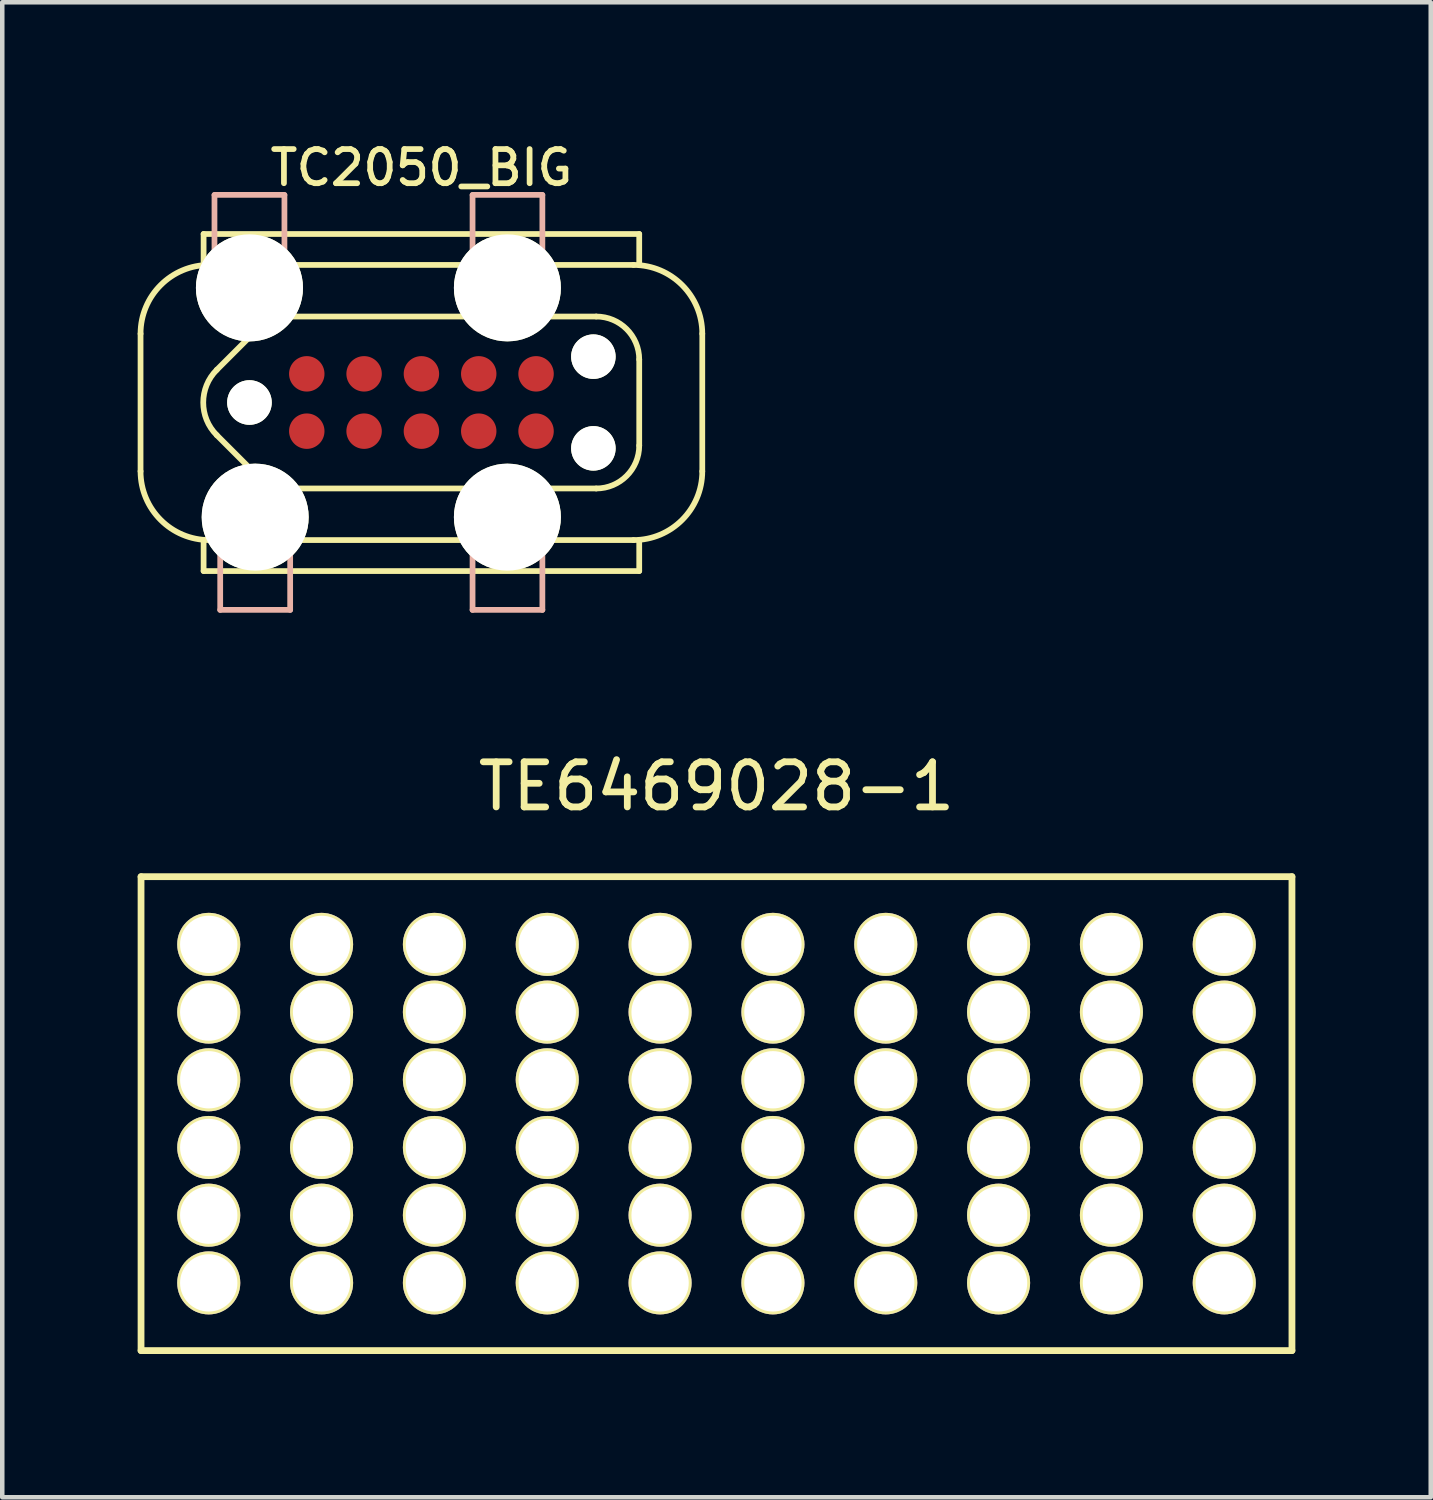
<source format=kicad_pcb>
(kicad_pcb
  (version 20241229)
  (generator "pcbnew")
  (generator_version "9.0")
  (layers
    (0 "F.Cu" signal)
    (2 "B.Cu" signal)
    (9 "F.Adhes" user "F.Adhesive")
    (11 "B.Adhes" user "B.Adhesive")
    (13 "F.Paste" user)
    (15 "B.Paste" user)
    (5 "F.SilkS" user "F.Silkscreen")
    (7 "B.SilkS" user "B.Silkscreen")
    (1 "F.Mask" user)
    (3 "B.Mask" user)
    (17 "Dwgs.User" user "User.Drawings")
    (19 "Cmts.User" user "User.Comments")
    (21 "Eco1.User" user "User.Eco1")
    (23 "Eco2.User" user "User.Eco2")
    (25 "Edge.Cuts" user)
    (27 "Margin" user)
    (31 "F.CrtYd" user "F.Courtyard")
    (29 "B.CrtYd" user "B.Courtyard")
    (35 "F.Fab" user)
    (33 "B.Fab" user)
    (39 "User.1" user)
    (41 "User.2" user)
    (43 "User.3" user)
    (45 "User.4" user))
  (footprint "TC2050_BIG"
    (layer "F.Cu")
    (at 6.287 5.868)
    (property "Reference" "TC2050_BIG" (at 0 -5.202 0) (layer "F.SilkS") (effects (font (size 0.757 0.757) (thickness 0.127))))
    (attr exclude_from_pos_files exclude_from_bom)
    (fp_line (start -6.223 1.524) (end -6.223 -1.524) (stroke (width 0.127) (type solid)) (layer "F.SilkS"))
    (fp_line (start -4.826 -3.734) (end -4.826 -3.048) (stroke (width 0.127) (type solid)) (layer "F.SilkS"))
    (fp_line (start -4.826 3.734) (end -4.826 3.048) (stroke (width 0.127) (type solid)) (layer "F.SilkS"))
    (fp_line (start -4.534 -0.724) (end -3.353 -1.905) (stroke (width 0.127) (type solid)) (layer "F.SilkS"))
    (fp_line (start -4.534 0.724) (end -3.353 1.905) (stroke (width 0.127) (type solid)) (layer "F.SilkS"))
    (fp_line (start 3.873 -1.905) (end -3.353 -1.905) (stroke (width 0.127) (type solid)) (layer "F.SilkS"))
    (fp_line (start 3.873 1.905) (end -3.353 1.905) (stroke (width 0.127) (type solid)) (layer "F.SilkS"))
    (fp_line (start 4.699 -3.048) (end -4.699 -3.048) (stroke (width 0.127) (type solid)) (layer "F.SilkS"))
    (fp_line (start 4.699 3.048) (end -4.699 3.048) (stroke (width 0.127) (type solid)) (layer "F.SilkS"))
    (fp_line (start 4.826 -3.734) (end -4.826 -3.734) (stroke (width 0.127) (type solid)) (layer "F.SilkS"))
    (fp_line (start 4.826 -3.734) (end 4.826 -3.048) (stroke (width 0.127) (type solid)) (layer "F.SilkS"))
    (fp_line (start 4.826 -0.953) (end 4.826 0.953) (stroke (width 0.127) (type solid)) (layer "F.SilkS"))
    (fp_line (start 4.826 3.734) (end -4.826 3.734) (stroke (width 0.127) (type solid)) (layer "F.SilkS"))
    (fp_line (start 4.826 3.734) (end 4.826 3.048) (stroke (width 0.127) (type solid)) (layer "F.SilkS"))
    (fp_line (start 6.223 -1.524) (end 6.223 1.524) (stroke (width 0.127) (type solid)) (layer "F.SilkS"))
    (fp_arc (start -6.223 -1.524) (mid -5.776631 -2.601631) (end -4.699 -3.048) (stroke (width 0.127) (type solid)) (layer "F.SilkS"))
    (fp_arc (start -4.699 3.048) (mid -5.776631 2.601631) (end -6.223 1.524) (stroke (width 0.127) (type solid)) (layer "F.SilkS"))
    (fp_arc (start -4.5339 0.7239) (mid -4.833749 0) (end -4.5339 -0.7239) (stroke (width 0.127) (type solid)) (layer "F.SilkS"))
    (fp_arc (start 3.8735 -1.905) (mid 4.547019 -1.626019) (end 4.826 -0.9525) (stroke (width 0.127) (type solid)) (layer "F.SilkS"))
    (fp_arc (start 4.699 -3.048) (mid 5.776631 -2.601631) (end 6.223 -1.524) (stroke (width 0.127) (type solid)) (layer "F.SilkS"))
    (fp_arc (start 4.826 0.9525) (mid 4.547019 1.626019) (end 3.8735 1.905) (stroke (width 0.127) (type solid)) (layer "F.SilkS"))
    (fp_arc (start 6.223 1.524) (mid 5.776631 2.601631) (end 4.699 3.048) (stroke (width 0.127) (type solid)) (layer "F.SilkS"))
    (fp_line (start -4.585 -4.6) (end -3.035 -4.6) (stroke (width 0.127) (type solid)) (layer "B.SilkS"))
    (fp_line (start -4.585 -4.595) (end -4.585 -3.378) (stroke (width 0.127) (type solid)) (layer "B.SilkS"))
    (fp_line (start -4.458 4.595) (end -4.458 3.378) (stroke (width 0.127) (type solid)) (layer "B.SilkS"))
    (fp_line (start -3.035 -4.595) (end -3.035 -3.378) (stroke (width 0.127) (type solid)) (layer "B.SilkS"))
    (fp_line (start -2.908 4.595) (end -4.458 4.595) (stroke (width 0.127) (type solid)) (layer "B.SilkS"))
    (fp_line (start -2.908 4.595) (end -2.908 3.378) (stroke (width 0.127) (type solid)) (layer "B.SilkS"))
    (fp_line (start 1.133 -4.6) (end 2.68 -4.6) (stroke (width 0.127) (type solid)) (layer "B.SilkS"))
    (fp_line (start 1.133 -4.595) (end 1.133 -3.378) (stroke (width 0.127) (type solid)) (layer "B.SilkS"))
    (fp_line (start 1.133 4.595) (end 1.133 3.378) (stroke (width 0.127) (type solid)) (layer "B.SilkS"))
    (fp_line (start 2.68 -4.595) (end 2.68 -3.378) (stroke (width 0.127) (type solid)) (layer "B.SilkS"))
    (fp_line (start 2.68 4.595) (end 1.133 4.595) (stroke (width 0.127) (type solid)) (layer "B.SilkS"))
    (fp_line (start 2.68 4.595) (end 2.68 3.378) (stroke (width 0.127) (type solid)) (layer "B.SilkS"))
    (pad "" np_thru_hole circle (at -3.81 -2.54) (size 2.372 2.372) (drill 2.372) (layers "*.Cu" "*.Mask" "F.SilkS"))
    (pad "" np_thru_hole circle (at -3.81 0) (size 0.988 0.988) (drill 0.988) (layers "*.Cu" "*.Mask" "F.SilkS"))
    (pad "" np_thru_hole circle (at -3.683 2.54) (size 2.37 2.37) (drill 2.37) (layers "*.Cu" "*.Mask" "F.SilkS"))
    (pad "" np_thru_hole circle (at 1.905 -2.54) (size 2.37 2.37) (drill 2.37) (layers "*.Cu" "*.Mask" "F.SilkS"))
    (pad "" np_thru_hole circle (at 1.905 2.54) (size 2.37 2.37) (drill 2.37) (layers "*.Cu" "*.Mask" "F.SilkS"))
    (pad "" np_thru_hole circle (at 3.81 -1.016) (size 0.986 0.986) (drill 0.986) (layers "*.Cu" "*.Mask" "F.SilkS"))
    (pad "" np_thru_hole circle (at 3.81 1.016) (size 0.986 0.986) (drill 0.986) (layers "*.Cu" "*.Mask" "F.SilkS"))
    (pad "1" connect circle (at -2.54 0.635) (size 0.785 0.785) (layers "F.Cu" "F.Mask"))
    (pad "2" connect circle (at -1.27 0.635) (size 0.785 0.785) (layers "F.Cu" "F.Mask"))
    (pad "3" connect circle (at 0 0.635) (size 0.785 0.785) (layers "F.Cu" "F.Mask"))
    (pad "4" connect circle (at 1.27 0.635) (size 0.785 0.785) (layers "F.Cu" "F.Mask"))
    (pad "5" connect circle (at 2.54 0.635) (size 0.785 0.785) (layers "F.Cu" "F.Mask"))
    (pad "6" connect circle (at 2.54 -0.635) (size 0.785 0.785) (layers "F.Cu" "F.Mask"))
    (pad "7" connect circle (at 1.27 -0.635) (size 0.785 0.785) (layers "F.Cu" "F.Mask"))
    (pad "8" connect circle (at 0 -0.635) (size 0.785 0.785) (layers "F.Cu" "F.Mask"))
    (pad "9" connect circle (at -1.27 -0.635) (size 0.785 0.785) (layers "F.Cu" "F.Mask"))
    (pad "10" connect circle (at -2.54 -0.635) (size 0.785 0.785) (layers "F.Cu" "F.Mask")))
  (footprint "TE6469028-1"
    (layer "F.Cu")
    (at 12.825 26.874)
    (property "Reference" "TE6469028-1" (at 0 -12.5 0) (layer "F.SilkS") (effects (font (size 1 1) (thickness 0.15))))
    (attr through_hole)
    (fp_line (start -12.75 -10.5) (end -12.75 0) (stroke (width 0.15) (type solid)) (layer "F.SilkS"))
    (fp_line (start -12.75 0) (end 12.75 0) (stroke (width 0.15) (type solid)) (layer "F.SilkS"))
    (fp_line (start 12.75 -10.5) (end -12.75 -10.5) (stroke (width 0.15) (type solid)) (layer "F.SilkS"))
    (fp_line (start 12.75 0) (end 12.75 -10.5) (stroke (width 0.15) (type solid)) (layer "F.SilkS"))
    (pad "A1" thru_hole circle (at 11.25 -1.5) (size 1.397 1.397) (drill 1.27) (layers "*.Cu" "*.Mask" "F.SilkS"))
    (pad "A2" thru_hole circle (at 8.75 -1.5) (size 1.397 1.397) (drill 1.27) (layers "*.Cu" "*.Mask" "F.SilkS"))
    (pad "A3" thru_hole circle (at 6.25 -1.5) (size 1.397 1.397) (drill 1.27) (layers "*.Cu" "*.Mask" "F.SilkS"))
    (pad "A4" thru_hole circle (at 3.75 -1.5) (size 1.397 1.397) (drill 1.27) (layers "*.Cu" "*.Mask" "F.SilkS"))
    (pad "A5" thru_hole circle (at 1.25 -1.5) (size 1.397 1.397) (drill 1.27) (layers "*.Cu" "*.Mask" "F.SilkS"))
    (pad "A6" thru_hole circle (at -1.25 -1.5) (size 1.397 1.397) (drill 1.27) (layers "*.Cu" "*.Mask" "F.SilkS"))
    (pad "A7" thru_hole circle (at -3.75 -1.5) (size 1.397 1.397) (drill 1.27) (layers "*.Cu" "*.Mask" "F.SilkS"))
    (pad "A8" thru_hole circle (at -6.25 -1.5) (size 1.397 1.397) (drill 1.27) (layers "*.Cu" "*.Mask" "F.SilkS"))
    (pad "A9" thru_hole circle (at -8.75 -1.5) (size 1.397 1.397) (drill 1.27) (layers "*.Cu" "*.Mask" "F.SilkS"))
    (pad "A10" thru_hole circle (at -11.25 -1.5) (size 1.397 1.397) (drill 1.27) (layers "*.Cu" "*.Mask" "F.SilkS"))
    (pad "B1" thru_hole circle (at 11.25 -3) (size 1.397 1.397) (drill 1.27) (layers "*.Cu" "*.Mask" "F.SilkS"))
    (pad "B2" thru_hole circle (at 8.75 -3) (size 1.397 1.397) (drill 1.27) (layers "*.Cu" "*.Mask" "F.SilkS"))
    (pad "B3" thru_hole circle (at 6.25 -3) (size 1.397 1.397) (drill 1.27) (layers "*.Cu" "*.Mask" "F.SilkS"))
    (pad "B4" thru_hole circle (at 3.75 -3) (size 1.397 1.397) (drill 1.27) (layers "*.Cu" "*.Mask" "F.SilkS"))
    (pad "B5" thru_hole circle (at 1.25 -3) (size 1.397 1.397) (drill 1.27) (layers "*.Cu" "*.Mask" "F.SilkS"))
    (pad "B6" thru_hole circle (at -1.25 -3) (size 1.397 1.397) (drill 1.27) (layers "*.Cu" "*.Mask" "F.SilkS"))
    (pad "B7" thru_hole circle (at -3.75 -3) (size 1.397 1.397) (drill 1.27) (layers "*.Cu" "*.Mask" "F.SilkS"))
    (pad "B8" thru_hole circle (at -6.25 -3) (size 1.397 1.397) (drill 1.27) (layers "*.Cu" "*.Mask" "F.SilkS"))
    (pad "B9" thru_hole circle (at -8.75 -3) (size 1.397 1.397) (drill 1.27) (layers "*.Cu" "*.Mask" "F.SilkS"))
    (pad "B10" thru_hole circle (at -11.25 -3) (size 1.397 1.397) (drill 1.27) (layers "*.Cu" "*.Mask" "F.SilkS"))
    (pad "BG1" thru_hole circle (at 11.25 -4.5) (size 1.397 1.397) (drill 1.27) (layers "*.Cu" "*.Mask" "F.SilkS"))
    (pad "BG2" thru_hole circle (at 8.75 -4.5) (size 1.397 1.397) (drill 1.27) (layers "*.Cu" "*.Mask" "F.SilkS"))
    (pad "BG3" thru_hole circle (at 6.25 -4.5) (size 1.397 1.397) (drill 1.27) (layers "*.Cu" "*.Mask" "F.SilkS"))
    (pad "BG4" thru_hole circle (at 3.75 -4.5) (size 1.397 1.397) (drill 1.27) (layers "*.Cu" "*.Mask" "F.SilkS"))
    (pad "BG5" thru_hole circle (at 1.25 -4.5) (size 1.397 1.397) (drill 1.27) (layers "*.Cu" "*.Mask" "F.SilkS"))
    (pad "BG6" thru_hole circle (at -1.25 -4.5) (size 1.397 1.397) (drill 1.27) (layers "*.Cu" "*.Mask" "F.SilkS"))
    (pad "BG7" thru_hole circle (at -3.75 -4.5) (size 1.397 1.397) (drill 1.27) (layers "*.Cu" "*.Mask" "F.SilkS"))
    (pad "BG8" thru_hole circle (at -6.25 -4.5) (size 1.397 1.397) (drill 1.27) (layers "*.Cu" "*.Mask" "F.SilkS"))
    (pad "BG9" thru_hole circle (at -8.75 -4.5) (size 1.397 1.397) (drill 1.27) (layers "*.Cu" "*.Mask" "F.SilkS"))
    (pad "BG10" thru_hole circle (at -11.25 -4.5) (size 1.397 1.397) (drill 1.27) (layers "*.Cu" "*.Mask" "F.SilkS"))
    (pad "C1" thru_hole circle (at 11.25 -6) (size 1.397 1.397) (drill 1.27) (layers "*.Cu" "*.Mask" "F.SilkS"))
    (pad "C2" thru_hole circle (at 8.75 -6) (size 1.397 1.397) (drill 1.27) (layers "*.Cu" "*.Mask" "F.SilkS"))
    (pad "C3" thru_hole circle (at 6.25 -6) (size 1.397 1.397) (drill 1.27) (layers "*.Cu" "*.Mask" "F.SilkS"))
    (pad "C4" thru_hole circle (at 3.75 -6) (size 1.397 1.397) (drill 1.27) (layers "*.Cu" "*.Mask" "F.SilkS"))
    (pad "C5" thru_hole circle (at 1.25 -6) (size 1.397 1.397) (drill 1.27) (layers "*.Cu" "*.Mask" "F.SilkS"))
    (pad "C6" thru_hole circle (at -1.25 -6) (size 1.397 1.397) (drill 1.27) (layers "*.Cu" "*.Mask" "F.SilkS"))
    (pad "C7" thru_hole circle (at -3.75 -6) (size 1.397 1.397) (drill 1.27) (layers "*.Cu" "*.Mask" "F.SilkS"))
    (pad "C8" thru_hole circle (at -6.25 -6) (size 1.397 1.397) (drill 1.27) (layers "*.Cu" "*.Mask" "F.SilkS"))
    (pad "C9" thru_hole circle (at -8.75 -6) (size 1.397 1.397) (drill 1.27) (layers "*.Cu" "*.Mask" "F.SilkS"))
    (pad "C10" thru_hole circle (at -11.25 -6) (size 1.397 1.397) (drill 1.27) (layers "*.Cu" "*.Mask" "F.SilkS"))
    (pad "D1" thru_hole circle (at 11.25 -7.5) (size 1.397 1.397) (drill 1.27) (layers "*.Cu" "*.Mask" "F.SilkS"))
    (pad "D2" thru_hole circle (at 8.75 -7.5) (size 1.397 1.397) (drill 1.27) (layers "*.Cu" "*.Mask" "F.SilkS"))
    (pad "D3" thru_hole circle (at 6.25 -7.5) (size 1.397 1.397) (drill 1.27) (layers "*.Cu" "*.Mask" "F.SilkS"))
    (pad "D4" thru_hole circle (at 3.75 -7.5) (size 1.397 1.397) (drill 1.27) (layers "*.Cu" "*.Mask" "F.SilkS"))
    (pad "D5" thru_hole circle (at 1.25 -7.5) (size 1.397 1.397) (drill 1.27) (layers "*.Cu" "*.Mask" "F.SilkS"))
    (pad "D6" thru_hole circle (at -1.25 -7.5) (size 1.397 1.397) (drill 1.27) (layers "*.Cu" "*.Mask" "F.SilkS"))
    (pad "D7" thru_hole circle (at -3.75 -7.5) (size 1.397 1.397) (drill 1.27) (layers "*.Cu" "*.Mask" "F.SilkS"))
    (pad "D8" thru_hole circle (at -6.25 -7.5) (size 1.397 1.397) (drill 1.27) (layers "*.Cu" "*.Mask" "F.SilkS"))
    (pad "D9" thru_hole circle (at -8.75 -7.5) (size 1.397 1.397) (drill 1.27) (layers "*.Cu" "*.Mask" "F.SilkS"))
    (pad "D10" thru_hole circle (at -11.25 -7.5) (size 1.397 1.397) (drill 1.27) (layers "*.Cu" "*.Mask" "F.SilkS"))
    (pad "DG1" thru_hole circle (at 11.25 -9) (size 1.397 1.397) (drill 1.27) (layers "*.Cu" "*.Mask" "F.SilkS"))
    (pad "DG2" thru_hole circle (at 8.75 -9) (size 1.397 1.397) (drill 1.27) (layers "*.Cu" "*.Mask" "F.SilkS"))
    (pad "DG3" thru_hole circle (at 6.25 -9) (size 1.397 1.397) (drill 1.27) (layers "*.Cu" "*.Mask" "F.SilkS"))
    (pad "DG4" thru_hole circle (at 3.75 -9) (size 1.397 1.397) (drill 1.27) (layers "*.Cu" "*.Mask" "F.SilkS"))
    (pad "DG5" thru_hole circle (at 1.25 -9) (size 1.397 1.397) (drill 1.27) (layers "*.Cu" "*.Mask" "F.SilkS"))
    (pad "DG6" thru_hole circle (at -1.25 -9) (size 1.397 1.397) (drill 1.27) (layers "*.Cu" "*.Mask" "F.SilkS"))
    (pad "DG7" thru_hole circle (at -3.75 -9) (size 1.397 1.397) (drill 1.27) (layers "*.Cu" "*.Mask" "F.SilkS"))
    (pad "DG8" thru_hole circle (at -6.25 -9) (size 1.397 1.397) (drill 1.27) (layers "*.Cu" "*.Mask" "F.SilkS"))
    (pad "DG9" thru_hole circle (at -8.75 -9) (size 1.397 1.397) (drill 1.27) (layers "*.Cu" "*.Mask" "F.SilkS"))
    (pad "DG10" thru_hole circle (at -11.25 -9) (size 1.397 1.397) (drill 1.27) (layers "*.Cu" "*.Mask" "F.SilkS")))
  (gr_rect
    (start -3 -3)
    (end 28.65 30.124)
    (stroke (width 0.1) (type default))
    (fill no)
    (layer "Edge.Cuts")))
</source>
